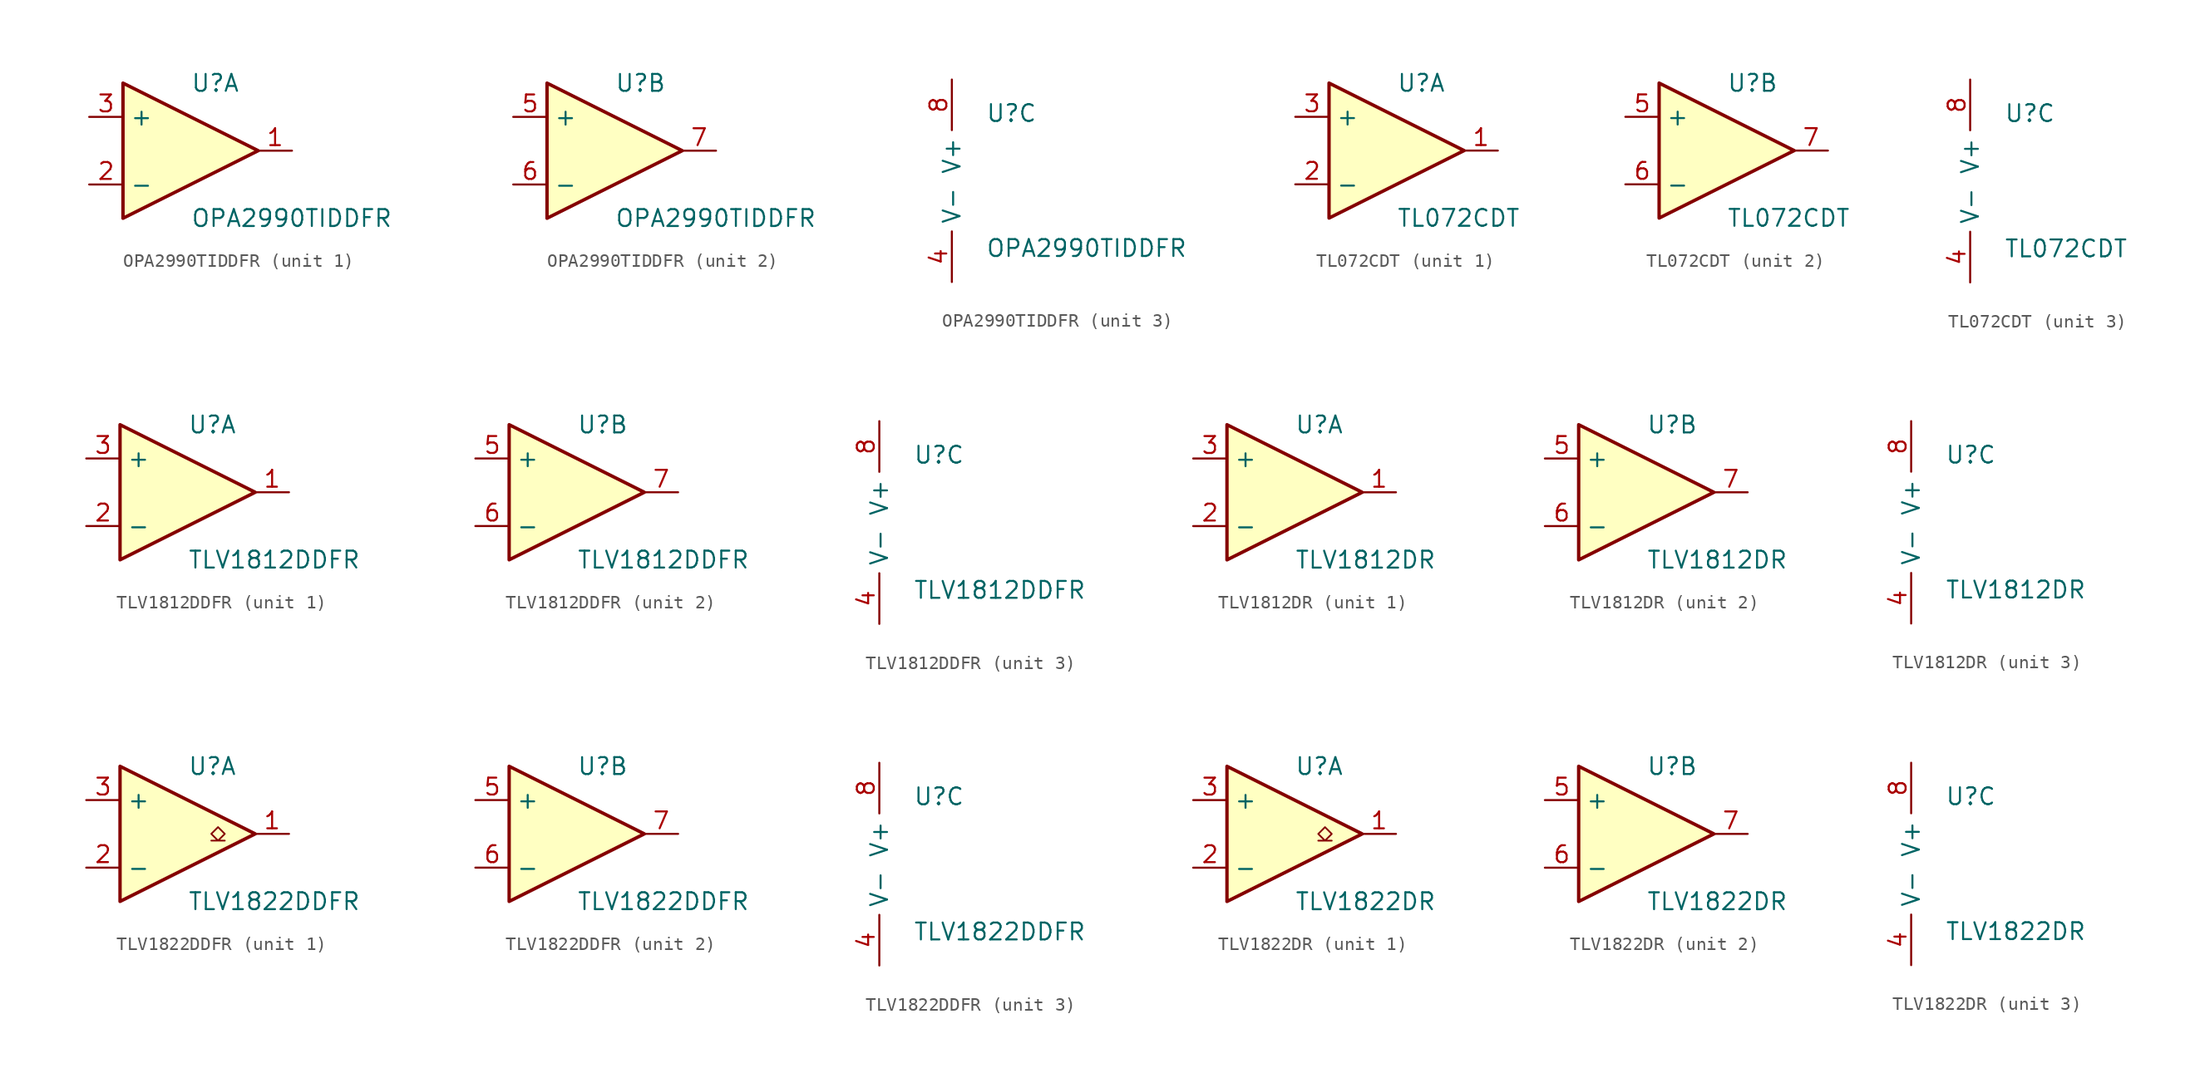
<source format=kicad_sym>
(kicad_symbol_lib
  (version 20231120)
  (generator "kicad_symbol_editor")
  (generator_version "8.0")
  (symbol "OPA2990TIDDFR"
    (property "Reference" "U"
      (at 0 5.08 0)
      (effects (font (size 1.27 1.27)) (justify left)))
    (property "Value" "OPA2990TIDDFR"
      (at 0 -5.08 0)
      (effects (font (size 1.27 1.27)) (justify left)))
    (property "ki_locked" ""
      (at 0 0 0)
      (effects (font (size 1.27 1.27))))
    (symbol "OPA2990TIDDFR_1_1"
      (polyline (pts (xy -5.08 5.08) (xy 5.08 0) (xy -5.08 -5.08) (xy -5.08 5.08)) (stroke (width 0.254) (type default)) (fill (type background)))
      (pin output line (at 7.62 0 180) (length 2.54) (name "~" (effects (font (size 1.27 1.27)))) (number "1" (effects (font (size 1.27 1.27)))))
      (pin input line (at -7.62 -2.54 0) (length 2.54) (name "-" (effects (font (size 1.27 1.27)))) (number "2" (effects (font (size 1.27 1.27)))))
      (pin input line (at -7.62 2.54 0) (length 2.54) (name "+" (effects (font (size 1.27 1.27)))) (number "3" (effects (font (size 1.27 1.27))))))
    (symbol "OPA2990TIDDFR_2_1"
      (polyline (pts (xy -5.08 5.08) (xy 5.08 0) (xy -5.08 -5.08) (xy -5.08 5.08)) (stroke (width 0.254) (type default)) (fill (type background)))
      (pin input line (at -7.62 2.54 0) (length 2.54) (name "+" (effects (font (size 1.27 1.27)))) (number "5" (effects (font (size 1.27 1.27)))))
      (pin input line (at -7.62 -2.54 0) (length 2.54) (name "-" (effects (font (size 1.27 1.27)))) (number "6" (effects (font (size 1.27 1.27)))))
      (pin output line (at 7.62 0 180) (length 2.54) (name "~" (effects (font (size 1.27 1.27)))) (number "7" (effects (font (size 1.27 1.27))))))
    (symbol "OPA2990TIDDFR_3_1"
      (pin power_in line (at -2.54 -7.62 90) (length 3.81) (name "V-" (effects (font (size 1.27 1.27)))) (number "4" (effects (font (size 1.27 1.27)))))
      (pin power_in line (at -2.54 7.62 270) (length 3.81) (name "V+" (effects (font (size 1.27 1.27)))) (number "8" (effects (font (size 1.27 1.27)))))))
  (symbol "TL072CDT"
    (property "Reference" "U"
      (at 0 5.08 0)
      (effects (font (size 1.27 1.27)) (justify left)))
    (property "Value" "TL072CDT"
      (at 0 -5.08 0)
      (effects (font (size 1.27 1.27)) (justify left)))
    (property "ki_locked" ""
      (at 0 0 0)
      (effects (font (size 1.27 1.27))))
    (symbol "TL072CDT_1_1"
      (polyline (pts (xy -5.08 5.08) (xy 5.08 0) (xy -5.08 -5.08) (xy -5.08 5.08)) (stroke (width 0.254) (type default)) (fill (type background)))
      (pin output line (at 7.62 0 180) (length 2.54) (name "~" (effects (font (size 1.27 1.27)))) (number "1" (effects (font (size 1.27 1.27)))))
      (pin input line (at -7.62 -2.54 0) (length 2.54) (name "-" (effects (font (size 1.27 1.27)))) (number "2" (effects (font (size 1.27 1.27)))))
      (pin input line (at -7.62 2.54 0) (length 2.54) (name "+" (effects (font (size 1.27 1.27)))) (number "3" (effects (font (size 1.27 1.27))))))
    (symbol "TL072CDT_2_1"
      (polyline (pts (xy -5.08 5.08) (xy 5.08 0) (xy -5.08 -5.08) (xy -5.08 5.08)) (stroke (width 0.254) (type default)) (fill (type background)))
      (pin input line (at -7.62 2.54 0) (length 2.54) (name "+" (effects (font (size 1.27 1.27)))) (number "5" (effects (font (size 1.27 1.27)))))
      (pin input line (at -7.62 -2.54 0) (length 2.54) (name "-" (effects (font (size 1.27 1.27)))) (number "6" (effects (font (size 1.27 1.27)))))
      (pin output line (at 7.62 0 180) (length 2.54) (name "~" (effects (font (size 1.27 1.27)))) (number "7" (effects (font (size 1.27 1.27))))))
    (symbol "TL072CDT_3_1"
      (pin power_in line (at -2.54 -7.62 90) (length 3.81) (name "V-" (effects (font (size 1.27 1.27)))) (number "4" (effects (font (size 1.27 1.27)))))
      (pin power_in line (at -2.54 7.62 270) (length 3.81) (name "V+" (effects (font (size 1.27 1.27)))) (number "8" (effects (font (size 1.27 1.27)))))))
  (symbol "TLV1812DDFR"
    (property "Reference" "U"
      (at 0 5.08 0)
      (effects (font (size 1.27 1.27)) (justify left)))
    (property "Value" "TLV1812DDFR"
      (at 0 -5.08 0)
      (effects (font (size 1.27 1.27)) (justify left)))
    (property "ki_locked" ""
      (at 0 0 0)
      (effects (font (size 1.27 1.27))))
    (symbol "TLV1812DDFR_1_1"
      (polyline (pts (xy -5.08 5.08) (xy 5.08 0) (xy -5.08 -5.08) (xy -5.08 5.08)) (stroke (width 0.254) (type default)) (fill (type background)))
      (pin output line (at 7.62 0 180) (length 2.54) (name "~" (effects (font (size 1.27 1.27)))) (number "1" (effects (font (size 1.27 1.27)))))
      (pin input line (at -7.62 -2.54 0) (length 2.54) (name "-" (effects (font (size 1.27 1.27)))) (number "2" (effects (font (size 1.27 1.27)))))
      (pin input line (at -7.62 2.54 0) (length 2.54) (name "+" (effects (font (size 1.27 1.27)))) (number "3" (effects (font (size 1.27 1.27))))))
    (symbol "TLV1812DDFR_2_1"
      (polyline (pts (xy -5.08 5.08) (xy 5.08 0) (xy -5.08 -5.08) (xy -5.08 5.08)) (stroke (width 0.254) (type default)) (fill (type background)))
      (pin input line (at -7.62 2.54 0) (length 2.54) (name "+" (effects (font (size 1.27 1.27)))) (number "5" (effects (font (size 1.27 1.27)))))
      (pin input line (at -7.62 -2.54 0) (length 2.54) (name "-" (effects (font (size 1.27 1.27)))) (number "6" (effects (font (size 1.27 1.27)))))
      (pin output line (at 7.62 0 180) (length 2.54) (name "~" (effects (font (size 1.27 1.27)))) (number "7" (effects (font (size 1.27 1.27))))))
    (symbol "TLV1812DDFR_3_1"
      (pin power_in line (at -2.54 -7.62 90) (length 3.81) (name "V-" (effects (font (size 1.27 1.27)))) (number "4" (effects (font (size 1.27 1.27)))))
      (pin power_in line (at -2.54 7.62 270) (length 3.81) (name "V+" (effects (font (size 1.27 1.27)))) (number "8" (effects (font (size 1.27 1.27)))))))
  (symbol "TLV1812DR"
    (property "Reference" "U"
      (at 0 5.08 0)
      (effects (font (size 1.27 1.27)) (justify left)))
    (property "Value" "TLV1812DR"
      (at 0 -5.08 0)
      (effects (font (size 1.27 1.27)) (justify left)))
    (property "ki_locked" ""
      (at 0 0 0)
      (effects (font (size 1.27 1.27))))
    (symbol "TLV1812DR_1_1"
      (polyline (pts (xy -5.08 5.08) (xy 5.08 0) (xy -5.08 -5.08) (xy -5.08 5.08)) (stroke (width 0.254) (type default)) (fill (type background)))
      (pin output line (at 7.62 0 180) (length 2.54) (name "~" (effects (font (size 1.27 1.27)))) (number "1" (effects (font (size 1.27 1.27)))))
      (pin input line (at -7.62 -2.54 0) (length 2.54) (name "-" (effects (font (size 1.27 1.27)))) (number "2" (effects (font (size 1.27 1.27)))))
      (pin input line (at -7.62 2.54 0) (length 2.54) (name "+" (effects (font (size 1.27 1.27)))) (number "3" (effects (font (size 1.27 1.27))))))
    (symbol "TLV1812DR_2_1"
      (polyline (pts (xy -5.08 5.08) (xy 5.08 0) (xy -5.08 -5.08) (xy -5.08 5.08)) (stroke (width 0.254) (type default)) (fill (type background)))
      (pin input line (at -7.62 2.54 0) (length 2.54) (name "+" (effects (font (size 1.27 1.27)))) (number "5" (effects (font (size 1.27 1.27)))))
      (pin input line (at -7.62 -2.54 0) (length 2.54) (name "-" (effects (font (size 1.27 1.27)))) (number "6" (effects (font (size 1.27 1.27)))))
      (pin output line (at 7.62 0 180) (length 2.54) (name "~" (effects (font (size 1.27 1.27)))) (number "7" (effects (font (size 1.27 1.27))))))
    (symbol "TLV1812DR_3_1"
      (pin power_in line (at -2.54 -7.62 90) (length 3.81) (name "V-" (effects (font (size 1.27 1.27)))) (number "4" (effects (font (size 1.27 1.27)))))
      (pin power_in line (at -2.54 7.62 270) (length 3.81) (name "V+" (effects (font (size 1.27 1.27)))) (number "8" (effects (font (size 1.27 1.27)))))))
  (symbol "TLV1822DDFR"
    (property "Reference" "U"
      (at 0 5.08 0)
      (effects (font (size 1.27 1.27)) (justify left)))
    (property "Value" "TLV1822DDFR"
      (at 0 -5.08 0)
      (effects (font (size 1.27 1.27)) (justify left)))
    (property "ki_locked" ""
      (at 0 0 0)
      (effects (font (size 1.27 1.27))))
    (symbol "TLV1822DDFR_1_1"
      (polyline (pts (xy -5.08 5.08) (xy 5.08 0) (xy -5.08 -5.08) (xy -5.08 5.08)) (stroke (width 0.254) (type default)) (fill (type background)))
      (polyline (pts (xy 2.794 -0.508) (xy 2.286 -0.508) (xy 2.794 0) (xy 2.286 0.508) (xy 1.778 0) (xy 2.286 -0.508) (xy 1.778 -0.508)) (stroke (width 0.127) (type default)) (fill (type none)))
      (pin output line (at 7.62 0 180) (length 2.54) (name "~" (effects (font (size 1.27 1.27)))) (number "1" (effects (font (size 1.27 1.27)))))
      (pin input line (at -7.62 -2.54 0) (length 2.54) (name "-" (effects (font (size 1.27 1.27)))) (number "2" (effects (font (size 1.27 1.27)))))
      (pin input line (at -7.62 2.54 0) (length 2.54) (name "+" (effects (font (size 1.27 1.27)))) (number "3" (effects (font (size 1.27 1.27))))))
    (symbol "TLV1822DDFR_2_1"
      (polyline (pts (xy -5.08 5.08) (xy 5.08 0) (xy -5.08 -5.08) (xy -5.08 5.08)) (stroke (width 0.254) (type default)) (fill (type background)))
      (pin input line (at -7.62 2.54 0) (length 2.54) (name "+" (effects (font (size 1.27 1.27)))) (number "5" (effects (font (size 1.27 1.27)))))
      (pin input line (at -7.62 -2.54 0) (length 2.54) (name "-" (effects (font (size 1.27 1.27)))) (number "6" (effects (font (size 1.27 1.27)))))
      (pin output line (at 7.62 0 180) (length 2.54) (name "~" (effects (font (size 1.27 1.27)))) (number "7" (effects (font (size 1.27 1.27))))))
    (symbol "TLV1822DDFR_3_1"
      (pin power_in line (at -2.54 -7.62 90) (length 3.81) (name "V-" (effects (font (size 1.27 1.27)))) (number "4" (effects (font (size 1.27 1.27)))))
      (pin power_in line (at -2.54 7.62 270) (length 3.81) (name "V+" (effects (font (size 1.27 1.27)))) (number "8" (effects (font (size 1.27 1.27)))))))
  (symbol "TLV1822DR"
    (property "Reference" "U"
      (at 0 5.08 0)
      (effects (font (size 1.27 1.27)) (justify left)))
    (property "Value" "TLV1822DR"
      (at 0 -5.08 0)
      (effects (font (size 1.27 1.27)) (justify left)))
    (property "ki_locked" ""
      (at 0 0 0)
      (effects (font (size 1.27 1.27))))
    (symbol "TLV1822DR_1_1"
      (polyline (pts (xy -5.08 5.08) (xy 5.08 0) (xy -5.08 -5.08) (xy -5.08 5.08)) (stroke (width 0.254) (type default)) (fill (type background)))
      (polyline (pts (xy 2.794 -0.508) (xy 2.286 -0.508) (xy 2.794 0) (xy 2.286 0.508) (xy 1.778 0) (xy 2.286 -0.508) (xy 1.778 -0.508)) (stroke (width 0.127) (type default)) (fill (type none)))
      (pin output line (at 7.62 0 180) (length 2.54) (name "~" (effects (font (size 1.27 1.27)))) (number "1" (effects (font (size 1.27 1.27)))))
      (pin input line (at -7.62 -2.54 0) (length 2.54) (name "-" (effects (font (size 1.27 1.27)))) (number "2" (effects (font (size 1.27 1.27)))))
      (pin input line (at -7.62 2.54 0) (length 2.54) (name "+" (effects (font (size 1.27 1.27)))) (number "3" (effects (font (size 1.27 1.27))))))
    (symbol "TLV1822DR_2_1"
      (polyline (pts (xy -5.08 5.08) (xy 5.08 0) (xy -5.08 -5.08) (xy -5.08 5.08)) (stroke (width 0.254) (type default)) (fill (type background)))
      (pin input line (at -7.62 2.54 0) (length 2.54) (name "+" (effects (font (size 1.27 1.27)))) (number "5" (effects (font (size 1.27 1.27)))))
      (pin input line (at -7.62 -2.54 0) (length 2.54) (name "-" (effects (font (size 1.27 1.27)))) (number "6" (effects (font (size 1.27 1.27)))))
      (pin output line (at 7.62 0 180) (length 2.54) (name "~" (effects (font (size 1.27 1.27)))) (number "7" (effects (font (size 1.27 1.27))))))
    (symbol "TLV1822DR_3_1"
      (pin power_in line (at -2.54 -7.62 90) (length 3.81) (name "V-" (effects (font (size 1.27 1.27)))) (number "4" (effects (font (size 1.27 1.27)))))
      (pin power_in line (at -2.54 7.62 270) (length 3.81) (name "V+" (effects (font (size 1.27 1.27)))) (number "8" (effects (font (size 1.27 1.27))))))))
</source>
